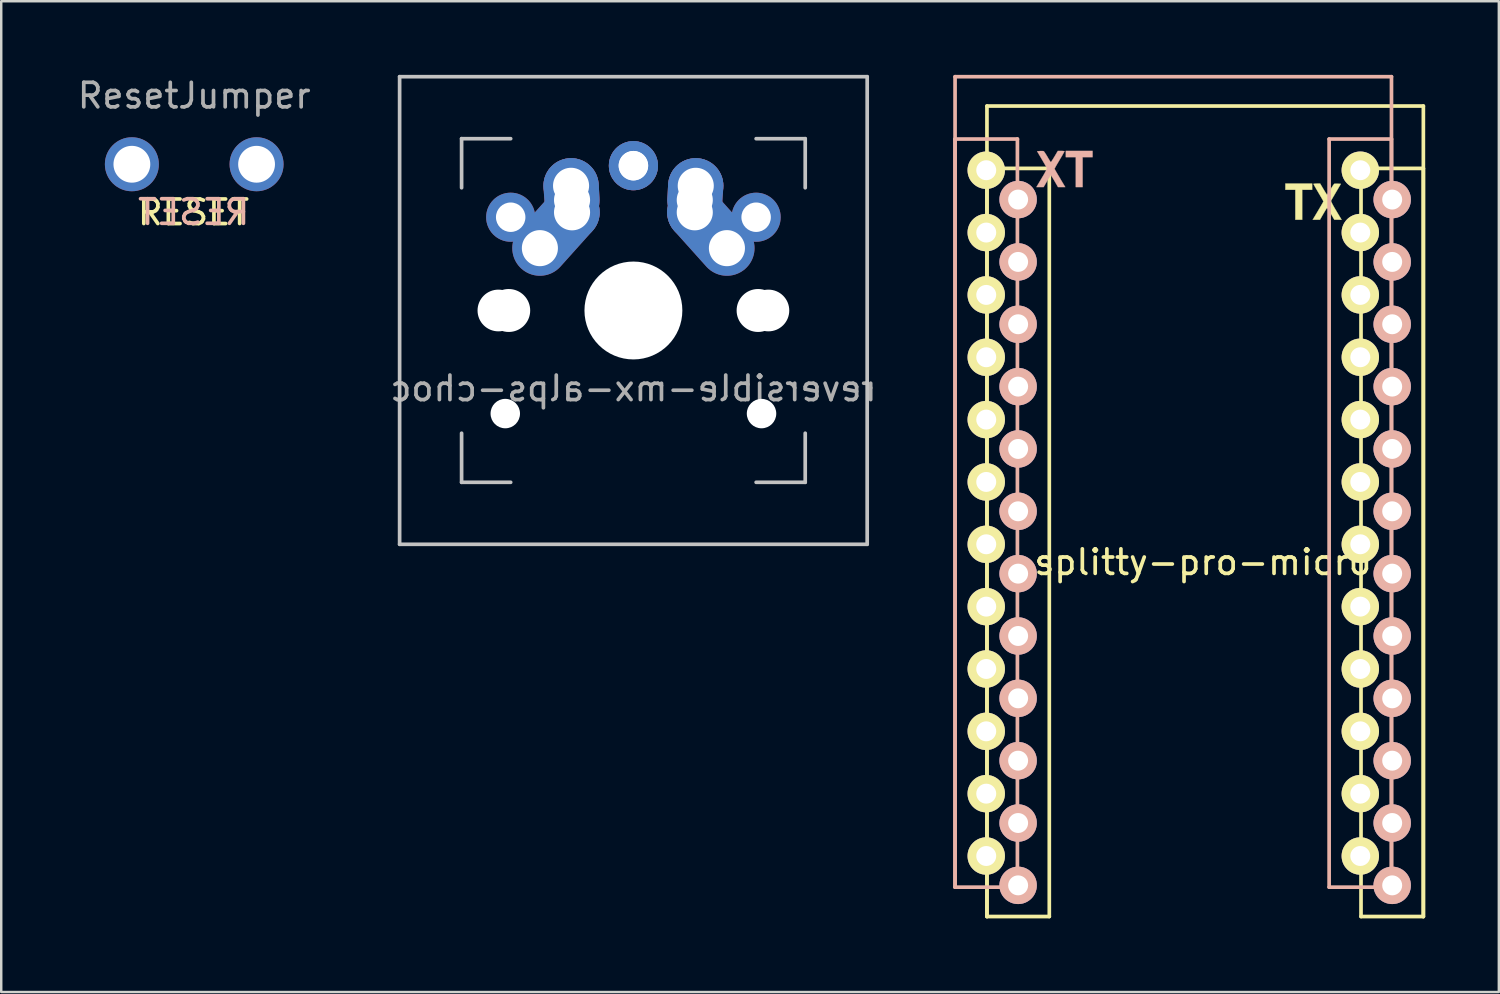
<source format=kicad_pcb>
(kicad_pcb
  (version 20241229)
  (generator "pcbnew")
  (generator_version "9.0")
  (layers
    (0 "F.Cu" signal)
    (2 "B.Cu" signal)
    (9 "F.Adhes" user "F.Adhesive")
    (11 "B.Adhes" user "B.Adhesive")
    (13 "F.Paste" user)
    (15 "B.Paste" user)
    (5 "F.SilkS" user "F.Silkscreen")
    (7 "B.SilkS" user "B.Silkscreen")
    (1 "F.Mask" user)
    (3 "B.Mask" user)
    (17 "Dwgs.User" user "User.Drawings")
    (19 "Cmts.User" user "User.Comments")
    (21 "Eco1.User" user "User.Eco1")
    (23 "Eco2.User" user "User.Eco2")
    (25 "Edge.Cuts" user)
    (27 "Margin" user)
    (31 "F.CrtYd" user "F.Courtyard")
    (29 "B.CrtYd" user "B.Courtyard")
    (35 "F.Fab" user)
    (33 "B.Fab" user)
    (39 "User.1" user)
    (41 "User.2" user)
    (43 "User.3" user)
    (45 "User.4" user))
  (footprint "reversible-mx-alps-choc"
    (layer "F.Cu")
    (at 22.756 9.6)
    (property "Reference" "reversible-mx-alps-choc" (at 0 3.175 0) (layer "F.Fab") (effects (font (size 1 1) (thickness 0.15)) (justify mirror)))
    (attr through_hole)
    (fp_line (start -9.525 -9.525) (end 9.525 -9.525) (stroke (width 0.15) (type solid)) (layer "Dwgs.User"))
    (fp_line (start -9.525 9.525) (end -9.525 -9.525) (stroke (width 0.15) (type solid)) (layer "Dwgs.User"))
    (fp_line (start -7 -7) (end -7 -5) (stroke (width 0.15) (type solid)) (layer "Dwgs.User"))
    (fp_line (start -7 5) (end -7 7) (stroke (width 0.15) (type solid)) (layer "Dwgs.User"))
    (fp_line (start -7 7) (end -5 7) (stroke (width 0.15) (type solid)) (layer "Dwgs.User"))
    (fp_line (start -5 -7) (end -7 -7) (stroke (width 0.15) (type solid)) (layer "Dwgs.User"))
    (fp_line (start 5 -7) (end 7 -7) (stroke (width 0.15) (type solid)) (layer "Dwgs.User"))
    (fp_line (start 5 7) (end 7 7) (stroke (width 0.15) (type solid)) (layer "Dwgs.User"))
    (fp_line (start 7 -7) (end 7 -5) (stroke (width 0.15) (type solid)) (layer "Dwgs.User"))
    (fp_line (start 7 7) (end 7 5) (stroke (width 0.15) (type solid)) (layer "Dwgs.User"))
    (fp_line (start 9.525 -9.525) (end 9.525 9.525) (stroke (width 0.15) (type solid)) (layer "Dwgs.User"))
    (fp_line (start 9.525 9.525) (end -9.525 9.525) (stroke (width 0.15) (type solid)) (layer "Dwgs.User"))
    (pad "" np_thru_hole circle (at -5.5 0 48.1) (size 1.7 1.7) (drill 1.7) (layers "*.Cu" "*.Mask"))
    (pad "" np_thru_hole circle (at -5.22 4.2 48.1) (size 1.2 1.2) (drill 1.2) (layers "*.Cu" "*.Mask"))
    (pad "" np_thru_hole circle (at -5.08 0 48.1) (size 1.75 1.75) (drill 1.75) (layers "*.Cu" "*.Mask"))
    (pad "" np_thru_hole circle (at 0 0) (size 3.988 3.988) (drill 3.988) (layers "*.Cu" "*.Mask"))
    (pad "" np_thru_hole circle (at 5.08 0 48.1) (size 1.75 1.75) (drill 1.75) (layers "*.Cu" "*.Mask"))
    (pad "" np_thru_hole circle (at 5.22 4.2 311.9) (size 1.2 1.2) (drill 1.2) (layers "*.Cu" "*.Mask"))
    (pad "" np_thru_hole circle (at 5.5 0 48.1) (size 1.7 1.7) (drill 1.7) (layers "*.Cu" "*.Mask"))
    (pad "1" thru_hole circle (at -5 -3.8) (size 2 2) (drill 1.2) (layers "*.Cu" "*.Mask"))
    (pad "1" thru_hole oval (at -3.81 -2.54 48.1) (size 4.212 2.25) (drill 1.47 (offset 0.981 0)) (layers "*.Cu" "*.Mask"))
    (pad "1" thru_hole circle (at -2.54 -5.08) (size 2.25 2.25) (drill 1.47) (layers "*.Cu" "*.Mask"))
    (pad "1" thru_hole oval (at -2.5 -4.5 273.9) (size 2.831 2.25) (drill 1.47 (offset -0.291 0)) (layers "*.Cu" "*.Mask"))
    (pad "1" thru_hole circle (at -2.5 -4) (size 2.25 2.25) (drill 1.47) (layers "*.Cu" "*.Mask"))
    (pad "2" thru_hole circle (at 0 -5.9) (size 2 2) (drill 1.2) (layers "*.Cu" "*.Mask"))
    (pad "2" thru_hole circle (at 0 -5.9) (size 2 2) (drill 1.2) (layers "*.Cu" "*.Mask"))
    (pad "2" thru_hole oval (at 2.5 -4.5 86.1) (size 2.831 2.25) (drill 1.47 (offset 0.291 0)) (layers "*.Cu" "*.Mask"))
    (pad "2" thru_hole circle (at 2.5 -4) (size 2.25 2.25) (drill 1.47) (layers "*.Cu" "*.Mask"))
    (pad "2" thru_hole circle (at 2.54 -5.08) (size 2.25 2.25) (drill 1.47) (layers "*.Cu" "*.Mask"))
    (pad "2" thru_hole oval (at 3.81 -2.54 311.9) (size 4.212 2.25) (drill 1.47 (offset -0.981 0)) (layers "*.Cu" "*.Mask"))
    (pad "2" thru_hole circle (at 5 -3.8) (size 2 2) (drill 1.2) (layers "*.Cu" "*.Mask")))
  (footprint "splitty-pro-micro"
    (layer "F.Cu")
    (at 45.951 18.655)
    (property "Reference" "splitty-pro-micro" (at 0 1.2 0) (layer "F.SilkS") (effects (font (size 1 1) (thickness 0.15))))
    (attr through_hole)
    (fp_line (start -8.791 -17.384) (end -8.791 15.636) (stroke (width 0.15) (type solid)) (layer "F.SilkS"))
    (fp_line (start -8.791 -14.844) (end -8.791 15.636) (stroke (width 0.15) (type solid)) (layer "F.SilkS"))
    (fp_line (start -8.791 15.636) (end -6.251 15.636) (stroke (width 0.15) (type solid)) (layer "F.SilkS"))
    (fp_line (start -6.251 -14.844) (end -8.791 -14.844) (stroke (width 0.15) (type solid)) (layer "F.SilkS"))
    (fp_line (start -6.251 15.636) (end -6.251 -14.844) (stroke (width 0.15) (type solid)) (layer "F.SilkS"))
    (fp_line (start 6.449 -14.844) (end 6.449 15.636) (stroke (width 0.15) (type solid)) (layer "F.SilkS"))
    (fp_line (start 6.449 15.636) (end 8.989 15.636) (stroke (width 0.15) (type solid)) (layer "F.SilkS"))
    (fp_line (start 8.989 -17.384) (end -8.791 -17.384) (stroke (width 0.15) (type solid)) (layer "F.SilkS"))
    (fp_line (start 8.989 -14.844) (end 6.449 -14.844) (stroke (width 0.15) (type solid)) (layer "F.SilkS"))
    (fp_line (start 8.989 15.636) (end 8.989 -17.384) (stroke (width 0.15) (type solid)) (layer "F.SilkS"))
    (fp_line (start 8.989 15.636) (end 8.989 -14.844) (stroke (width 0.15) (type solid)) (layer "F.SilkS"))
    (fp_poly (pts (xy 4.459 -13.973) (xy 4.053 -13.973) (xy 4.053 -12.753) (xy 3.773 -12.753) (xy 3.773 -13.973) (xy 3.367 -13.973) (xy 3.367 -14.227) (xy 4.459 -14.227) (xy 4.459 -13.973)) (stroke (width 0.01) (type solid)) (fill yes) (layer "F.SilkS"))
    (fp_poly (pts (xy 4.919 -13.998) (xy 4.976 -13.904) (xy 5.024 -13.828) (xy 5.057 -13.781) (xy 5.068 -13.769) (xy 5.086 -13.79) (xy 5.122 -13.846) (xy 5.171 -13.927) (xy 5.206 -13.988) (xy 5.263 -14.082) (xy 5.312 -14.158) (xy 5.349 -14.207) (xy 5.362 -14.218) (xy 5.405 -14.223) (xy 5.476 -14.224) (xy 5.511 -14.222) (xy 5.629 -14.214) (xy 5.435 -13.884) (xy 5.366 -13.766) (xy 5.306 -13.663) (xy 5.26 -13.582) (xy 5.233 -13.533) (xy 5.229 -13.523) (xy 5.236 -13.491) (xy 5.267 -13.424) (xy 5.314 -13.333) (xy 5.375 -13.226) (xy 5.388 -13.205) (xy 5.457 -13.09) (xy 5.521 -12.982) (xy 5.573 -12.895) (xy 5.606 -12.839) (xy 5.608 -12.836) (xy 5.657 -12.753) (xy 5.509 -12.754) (xy 5.361 -12.754) (xy 5.222 -12.995) (xy 5.165 -13.092) (xy 5.116 -13.171) (xy 5.082 -13.221) (xy 5.069 -13.236) (xy 5.051 -13.215) (xy 5.014 -13.159) (xy 4.964 -13.077) (xy 4.916 -12.995) (xy 4.777 -12.754) (xy 4.48 -12.753) (xy 4.53 -12.836) (xy 4.562 -12.889) (xy 4.613 -12.975) (xy 4.676 -13.081) (xy 4.744 -13.196) (xy 4.748 -13.202) (xy 4.811 -13.309) (xy 4.863 -13.399) (xy 4.9 -13.466) (xy 4.916 -13.498) (xy 4.916 -13.5) (xy 4.904 -13.526) (xy 4.87 -13.588) (xy 4.819 -13.677) (xy 4.754 -13.787) (xy 4.713 -13.857) (xy 4.644 -13.974) (xy 4.584 -14.076) (xy 4.54 -14.155) (xy 4.514 -14.202) (xy 4.51 -14.212) (xy 4.533 -14.22) (xy 4.592 -14.225) (xy 4.647 -14.227) (xy 4.784 -14.227) (xy 4.919 -13.998)) (stroke (width 0.01) (type solid)) (fill yes) (layer "F.SilkS"))
    (fp_line (start -10.09 -18.58) (end 7.69 -18.58) (stroke (width 0.15) (type solid)) (layer "B.SilkS"))
    (fp_line (start -10.09 -16.04) (end -7.55 -16.04) (stroke (width 0.15) (type solid)) (layer "B.SilkS"))
    (fp_line (start -10.09 14.44) (end -10.09 -18.58) (stroke (width 0.15) (type solid)) (layer "B.SilkS"))
    (fp_line (start -10.09 14.44) (end -10.09 -16.04) (stroke (width 0.15) (type solid)) (layer "B.SilkS"))
    (fp_line (start -7.55 -16.04) (end -7.55 14.44) (stroke (width 0.15) (type solid)) (layer "B.SilkS"))
    (fp_line (start -7.55 14.44) (end -10.09 14.44) (stroke (width 0.15) (type solid)) (layer "B.SilkS"))
    (fp_line (start 5.15 -16.04) (end 7.69 -16.04) (stroke (width 0.15) (type solid)) (layer "B.SilkS"))
    (fp_line (start 5.15 14.44) (end 5.15 -16.04) (stroke (width 0.15) (type solid)) (layer "B.SilkS"))
    (fp_line (start 7.69 -18.58) (end 7.69 14.44) (stroke (width 0.15) (type solid)) (layer "B.SilkS"))
    (fp_line (start 7.69 -16.04) (end 7.69 14.44) (stroke (width 0.15) (type solid)) (layer "B.SilkS"))
    (fp_line (start 7.69 14.44) (end 5.15 14.44) (stroke (width 0.15) (type solid)) (layer "B.SilkS"))
    (fp_poly (pts (xy -5.579 -15.303) (xy -5.173 -15.303) (xy -5.173 -14.083) (xy -4.893 -14.083) (xy -4.893 -15.303) (xy -4.487 -15.303) (xy -4.487 -15.557) (xy -5.579 -15.557) (xy -5.579 -15.303)) (stroke (width 0.01) (type solid)) (fill yes) (layer "B.SilkS"))
    (fp_poly (pts (xy -6.039 -15.328) (xy -6.096 -15.234) (xy -6.144 -15.158) (xy -6.177 -15.111) (xy -6.188 -15.099) (xy -6.206 -15.12) (xy -6.242 -15.176) (xy -6.291 -15.257) (xy -6.326 -15.318) (xy -6.383 -15.412) (xy -6.432 -15.488) (xy -6.469 -15.537) (xy -6.482 -15.548) (xy -6.525 -15.553) (xy -6.596 -15.554) (xy -6.631 -15.552) (xy -6.749 -15.544) (xy -6.555 -15.214) (xy -6.486 -15.096) (xy -6.426 -14.993) (xy -6.38 -14.912) (xy -6.353 -14.863) (xy -6.349 -14.853) (xy -6.356 -14.821) (xy -6.387 -14.754) (xy -6.434 -14.663) (xy -6.495 -14.556) (xy -6.508 -14.535) (xy -6.577 -14.42) (xy -6.641 -14.312) (xy -6.693 -14.225) (xy -6.726 -14.169) (xy -6.728 -14.166) (xy -6.777 -14.083) (xy -6.629 -14.084) (xy -6.481 -14.084) (xy -6.342 -14.325) (xy -6.285 -14.422) (xy -6.236 -14.501) (xy -6.202 -14.551) (xy -6.189 -14.566) (xy -6.171 -14.545) (xy -6.134 -14.489) (xy -6.084 -14.407) (xy -6.036 -14.325) (xy -5.897 -14.084) (xy -5.6 -14.083) (xy -5.65 -14.166) (xy -5.682 -14.219) (xy -5.733 -14.305) (xy -5.796 -14.411) (xy -5.864 -14.526) (xy -5.868 -14.532) (xy -5.931 -14.639) (xy -5.983 -14.729) (xy -6.02 -14.796) (xy -6.036 -14.828) (xy -6.036 -14.83) (xy -6.024 -14.856) (xy -5.99 -14.918) (xy -5.939 -15.007) (xy -5.874 -15.117) (xy -5.833 -15.187) (xy -5.764 -15.304) (xy -5.704 -15.406) (xy -5.66 -15.485) (xy -5.634 -15.532) (xy -5.63 -15.542) (xy -5.653 -15.55) (xy -5.712 -15.555) (xy -5.767 -15.557) (xy -5.904 -15.557) (xy -6.039 -15.328)) (stroke (width 0.01) (type solid)) (fill yes) (layer "B.SilkS"))
    (pad "1" thru_hole circle (at -8.82 -14.77) (size 1.524 1.524) (drill 0.813) (layers "*.Cu" "*.Mask" "F.SilkS"))
    (pad "1" thru_hole circle (at 7.719 -13.574 180) (size 1.524 1.524) (drill 0.813) (layers "*.Cu" "*.Mask" "B.SilkS"))
    (pad "2" thru_hole circle (at -8.82 -12.23) (size 1.524 1.524) (drill 0.813) (layers "*.Cu" "*.Mask" "F.SilkS"))
    (pad "2" thru_hole circle (at 7.719 -11.034 180) (size 1.524 1.524) (drill 0.813) (layers "*.Cu" "*.Mask" "B.SilkS"))
    (pad "3" thru_hole circle (at -8.82 -9.69) (size 1.524 1.524) (drill 0.813) (layers "*.Cu" "*.Mask" "F.SilkS"))
    (pad "3" thru_hole circle (at 7.719 -8.494 180) (size 1.524 1.524) (drill 0.813) (layers "*.Cu" "*.Mask" "B.SilkS"))
    (pad "4" thru_hole circle (at -8.82 -7.15) (size 1.524 1.524) (drill 0.813) (layers "*.Cu" "*.Mask" "F.SilkS"))
    (pad "4" thru_hole circle (at 7.719 -5.954 180) (size 1.524 1.524) (drill 0.813) (layers "*.Cu" "*.Mask" "B.SilkS"))
    (pad "5" thru_hole circle (at -8.82 -4.61) (size 1.524 1.524) (drill 0.813) (layers "*.Cu" "*.Mask" "F.SilkS"))
    (pad "5" thru_hole circle (at 7.719 -3.414 180) (size 1.524 1.524) (drill 0.813) (layers "*.Cu" "*.Mask" "B.SilkS"))
    (pad "6" thru_hole circle (at -8.82 -2.07) (size 1.524 1.524) (drill 0.813) (layers "*.Cu" "*.Mask" "F.SilkS"))
    (pad "6" thru_hole circle (at 7.719 -0.874 180) (size 1.524 1.524) (drill 0.813) (layers "*.Cu" "*.Mask" "B.SilkS"))
    (pad "7" thru_hole circle (at -8.82 0.47) (size 1.524 1.524) (drill 0.813) (layers "*.Cu" "*.Mask" "F.SilkS"))
    (pad "7" thru_hole circle (at 7.719 1.666 180) (size 1.524 1.524) (drill 0.813) (layers "*.Cu" "*.Mask" "B.SilkS"))
    (pad "8" thru_hole circle (at -8.82 3.01) (size 1.524 1.524) (drill 0.813) (layers "*.Cu" "*.Mask" "F.SilkS"))
    (pad "8" thru_hole circle (at 7.719 4.206 180) (size 1.524 1.524) (drill 0.813) (layers "*.Cu" "*.Mask" "B.SilkS"))
    (pad "9" thru_hole circle (at -8.82 5.55) (size 1.524 1.524) (drill 0.813) (layers "*.Cu" "*.Mask" "F.SilkS"))
    (pad "9" thru_hole circle (at 7.719 6.746 180) (size 1.524 1.524) (drill 0.813) (layers "*.Cu" "*.Mask" "B.SilkS"))
    (pad "10" thru_hole circle (at -8.82 8.09) (size 1.524 1.524) (drill 0.813) (layers "*.Cu" "*.Mask" "F.SilkS"))
    (pad "10" thru_hole circle (at 7.719 9.286 180) (size 1.524 1.524) (drill 0.813) (layers "*.Cu" "*.Mask" "B.SilkS"))
    (pad "11" thru_hole circle (at -8.82 10.63) (size 1.524 1.524) (drill 0.813) (layers "*.Cu" "*.Mask" "F.SilkS"))
    (pad "11" thru_hole circle (at 7.719 11.826 180) (size 1.524 1.524) (drill 0.813) (layers "*.Cu" "*.Mask" "B.SilkS"))
    (pad "12" thru_hole circle (at -8.82 13.17) (size 1.524 1.524) (drill 0.813) (layers "*.Cu" "*.Mask" "F.SilkS"))
    (pad "12" thru_hole circle (at 7.719 14.366 180) (size 1.524 1.524) (drill 0.813) (layers "*.Cu" "*.Mask" "B.SilkS"))
    (pad "13" thru_hole circle (at -7.521 14.366 180) (size 1.524 1.524) (drill 0.813) (layers "*.Cu" "*.Mask" "B.SilkS"))
    (pad "13" thru_hole circle (at 6.42 13.17) (size 1.524 1.524) (drill 0.813) (layers "*.Cu" "*.Mask" "F.SilkS"))
    (pad "14" thru_hole circle (at -7.521 11.826 180) (size 1.524 1.524) (drill 0.813) (layers "*.Cu" "*.Mask" "B.SilkS"))
    (pad "14" thru_hole circle (at 6.42 10.63) (size 1.524 1.524) (drill 0.813) (layers "*.Cu" "*.Mask" "F.SilkS"))
    (pad "15" thru_hole circle (at -7.521 9.286 180) (size 1.524 1.524) (drill 0.813) (layers "*.Cu" "*.Mask" "B.SilkS"))
    (pad "15" thru_hole circle (at 6.42 8.09) (size 1.524 1.524) (drill 0.813) (layers "*.Cu" "*.Mask" "F.SilkS"))
    (pad "16" thru_hole circle (at -7.521 6.746 180) (size 1.524 1.524) (drill 0.813) (layers "*.Cu" "*.Mask" "B.SilkS"))
    (pad "16" thru_hole circle (at 6.42 5.55) (size 1.524 1.524) (drill 0.813) (layers "*.Cu" "*.Mask" "F.SilkS"))
    (pad "17" thru_hole circle (at -7.521 4.206 180) (size 1.524 1.524) (drill 0.813) (layers "*.Cu" "*.Mask" "B.SilkS"))
    (pad "17" thru_hole circle (at 6.42 3.01) (size 1.524 1.524) (drill 0.813) (layers "*.Cu" "*.Mask" "F.SilkS"))
    (pad "18" thru_hole circle (at -7.521 1.666 180) (size 1.524 1.524) (drill 0.813) (layers "*.Cu" "*.Mask" "B.SilkS"))
    (pad "18" thru_hole circle (at 6.42 0.47) (size 1.524 1.524) (drill 0.813) (layers "*.Cu" "*.Mask" "F.SilkS"))
    (pad "19" thru_hole circle (at -7.521 -0.874 180) (size 1.524 1.524) (drill 0.813) (layers "*.Cu" "*.Mask" "B.SilkS"))
    (pad "19" thru_hole circle (at 6.42 -2.07) (size 1.524 1.524) (drill 0.813) (layers "*.Cu" "*.Mask" "F.SilkS"))
    (pad "20" thru_hole circle (at -7.521 -3.414 180) (size 1.524 1.524) (drill 0.813) (layers "*.Cu" "*.Mask" "B.SilkS"))
    (pad "20" thru_hole circle (at 6.42 -4.61) (size 1.524 1.524) (drill 0.813) (layers "*.Cu" "*.Mask" "F.SilkS"))
    (pad "21" thru_hole circle (at -7.521 -5.954 180) (size 1.524 1.524) (drill 0.813) (layers "*.Cu" "*.Mask" "B.SilkS"))
    (pad "21" thru_hole circle (at 6.42 -7.15) (size 1.524 1.524) (drill 0.813) (layers "*.Cu" "*.Mask" "F.SilkS"))
    (pad "22" thru_hole circle (at -7.521 -8.494 180) (size 1.524 1.524) (drill 0.813) (layers "*.Cu" "*.Mask" "B.SilkS"))
    (pad "22" thru_hole circle (at 6.42 -9.69) (size 1.524 1.524) (drill 0.813) (layers "*.Cu" "*.Mask" "F.SilkS"))
    (pad "23" thru_hole circle (at -7.521 -11.034 180) (size 1.524 1.524) (drill 0.813) (layers "*.Cu" "*.Mask" "B.SilkS"))
    (pad "23" thru_hole circle (at 6.42 -12.23) (size 1.524 1.524) (drill 0.813) (layers "*.Cu" "*.Mask" "F.SilkS"))
    (pad "24" thru_hole circle (at -7.521 -13.574 180) (size 1.524 1.524) (drill 0.813) (layers "*.Cu" "*.Mask" "B.SilkS"))
    (pad "24" thru_hole circle (at 6.42 -14.77) (size 1.524 1.524) (drill 0.813) (layers "*.Cu" "*.Mask" "F.SilkS")))
  (footprint "ResetJumper"
    (layer "F.Cu")
    (at 4.863 3.642)
    (property "Reference" "ResetJumper" (at 0 -2.794 0) (layer "F.Fab") (effects (font (size 1 1) (thickness 0.15))))
    (attr through_hole)
    (fp_text user "RESET" (at -0.03 1.96 0) (layer "F.SilkS") (effects (font (size 1 1) (thickness 0.15))))
    (fp_text user "RESET" (at -0.02 1.95 0) (layer "B.SilkS") (effects (font (size 1 1) (thickness 0.15)) (justify mirror)))
    (pad "1" thru_hole circle (at -2.54 0) (size 2.2 2.2) (drill 1.5) (layers "*.Cu" "*.Mask"))
    (pad "2" thru_hole circle (at 2.54 0) (size 2.2 2.2) (drill 1.5) (layers "*.Cu" "*.Mask")))
  (gr_rect
    (start -3 -3)
    (end 58.015 37.366)
    (stroke (width 0.1) (type default))
    (fill no)
    (layer "Edge.Cuts")))
</source>
